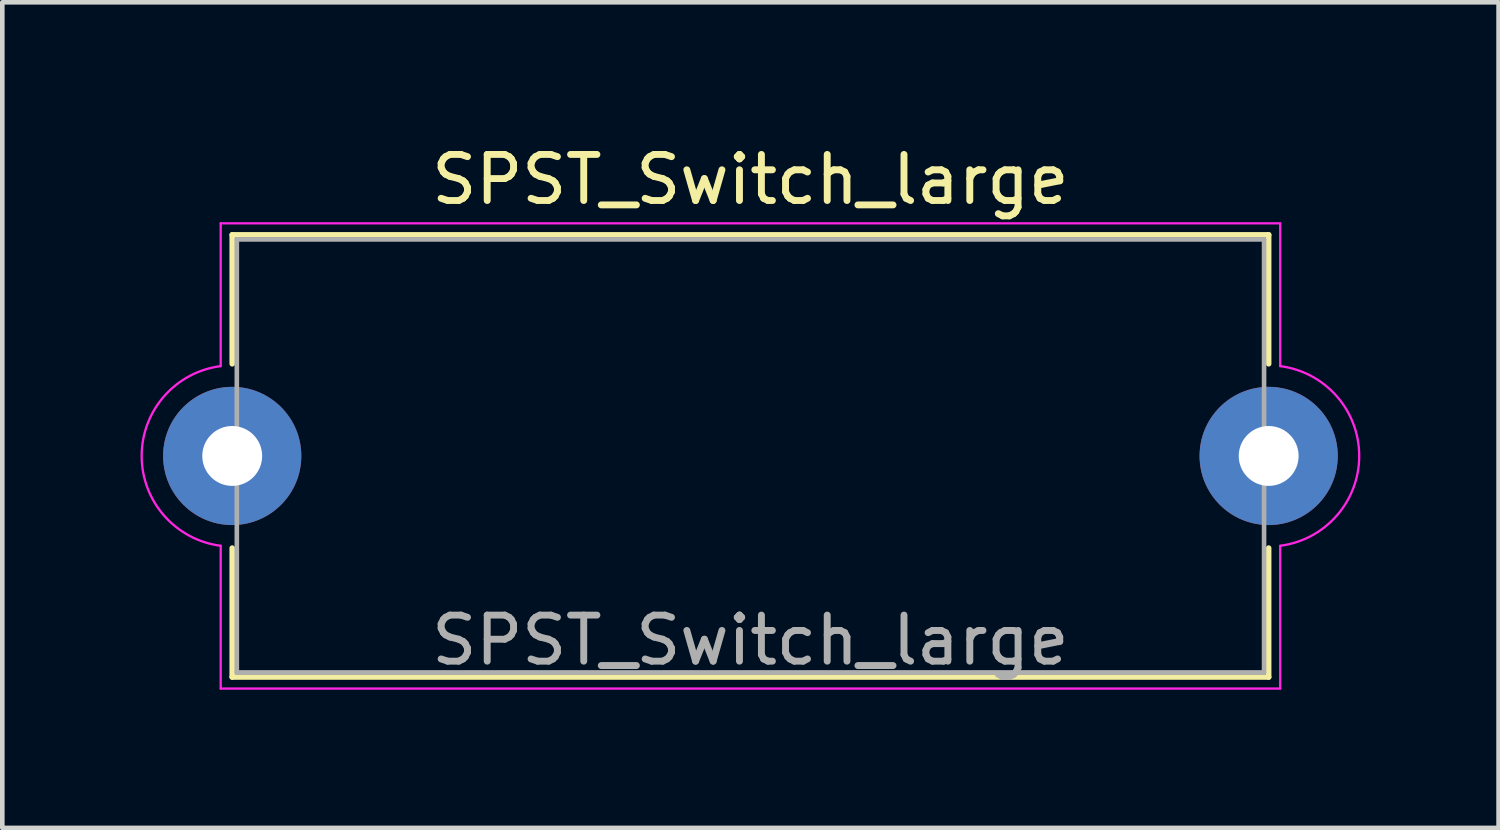
<source format=kicad_pcb>
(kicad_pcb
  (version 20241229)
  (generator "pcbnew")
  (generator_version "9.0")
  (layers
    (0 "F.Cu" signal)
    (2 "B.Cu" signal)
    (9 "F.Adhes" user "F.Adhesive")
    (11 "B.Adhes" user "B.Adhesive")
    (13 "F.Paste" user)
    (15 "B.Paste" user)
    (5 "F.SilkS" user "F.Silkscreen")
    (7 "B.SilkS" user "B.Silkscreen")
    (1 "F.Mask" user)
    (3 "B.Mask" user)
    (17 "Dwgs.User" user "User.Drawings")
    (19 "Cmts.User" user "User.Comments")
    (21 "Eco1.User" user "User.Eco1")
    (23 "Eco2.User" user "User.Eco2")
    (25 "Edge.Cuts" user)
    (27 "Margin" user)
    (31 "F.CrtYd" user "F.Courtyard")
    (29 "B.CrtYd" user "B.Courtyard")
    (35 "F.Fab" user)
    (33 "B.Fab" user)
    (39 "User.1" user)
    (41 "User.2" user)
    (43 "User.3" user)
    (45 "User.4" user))
  (footprint "SPST_Switch_large"
    (layer "F.Cu")
    (at 1.991 6.848)
    (property "Reference" "SPST_Switch_large" (at 11.25 -6 0) (layer "F.SilkS") (effects (font (size 1 1) (thickness 0.15))))
    (attr through_hole)
    (fp_line (start 0 -4.8) (end 22.5 -4.8) (stroke (width 0.12) (type solid)) (layer "F.SilkS"))
    (fp_line (start 0 -2) (end 0 -4.8) (stroke (width 0.12) (type solid)) (layer "F.SilkS"))
    (fp_line (start 0 4.8) (end 0 2) (stroke (width 0.12) (type solid)) (layer "F.SilkS"))
    (fp_line (start 0 4.8) (end 22.5 4.8) (stroke (width 0.12) (type solid)) (layer "F.SilkS"))
    (fp_line (start 22.5 -2) (end 22.5 -4.8) (stroke (width 0.12) (type solid)) (layer "F.SilkS"))
    (fp_line (start 22.5 4.8) (end 22.5 2) (stroke (width 0.12) (type solid)) (layer "F.SilkS"))
    (fp_line (start -0.25 -5.05) (end 22.75 -5.05) (stroke (width 0.05) (type solid)) (layer "F.CrtYd"))
    (fp_line (start -0.25 -1.95) (end -0.25 -5.05) (stroke (width 0.05) (type solid)) (layer "F.CrtYd"))
    (fp_line (start -0.25 5.05) (end -0.25 1.95) (stroke (width 0.05) (type solid)) (layer "F.CrtYd"))
    (fp_line (start 22.75 -1.95) (end 22.75 -5.05) (stroke (width 0.05) (type solid)) (layer "F.CrtYd"))
    (fp_line (start 22.75 1.95) (end 22.75 5.05) (stroke (width 0.05) (type solid)) (layer "F.CrtYd"))
    (fp_line (start 22.75 5.05) (end -0.25 5.05) (stroke (width 0.05) (type solid)) (layer "F.CrtYd"))
    (fp_arc (start -0.25 1.95) (mid -1.96596 0.001518) (end -0.253011 -1.949612) (stroke (width 0.05) (type solid)) (layer "F.CrtYd"))
    (fp_arc (start 22.75 -1.95) (mid 24.46596 -0.001518) (end 22.753011 1.949612) (stroke (width 0.05) (type solid)) (layer "F.CrtYd"))
    (fp_line (start 0.1 -4.7) (end 0.1 4.7) (stroke (width 0.1) (type solid)) (layer "F.Fab"))
    (fp_line (start 0.1 4.7) (end 22.4 4.7) (stroke (width 0.1) (type solid)) (layer "F.Fab"))
    (fp_line (start 22.4 -4.7) (end 0.1 -4.7) (stroke (width 0.1) (type solid)) (layer "F.Fab"))
    (fp_line (start 22.4 4.7) (end 22.4 -4.7) (stroke (width 0.1) (type solid)) (layer "F.Fab"))
    (fp_text user "${REFERENCE}" (at 11.25 4 0) (layer "F.Fab") (effects (font (size 1 1) (thickness 0.15))))
    (pad "1" thru_hole circle (at 0 0) (size 3 3) (drill 1.3) (layers "*.Cu" "*.Mask"))
    (pad "2" thru_hole circle (at 22.5 0) (size 3 3) (drill 1.3) (layers "*.Cu" "*.Mask")))
  (gr_rect
    (start -3 -3)
    (end 29.482 14.923)
    (stroke (width 0.1) (type default))
    (fill no)
    (layer "Edge.Cuts")))
</source>
